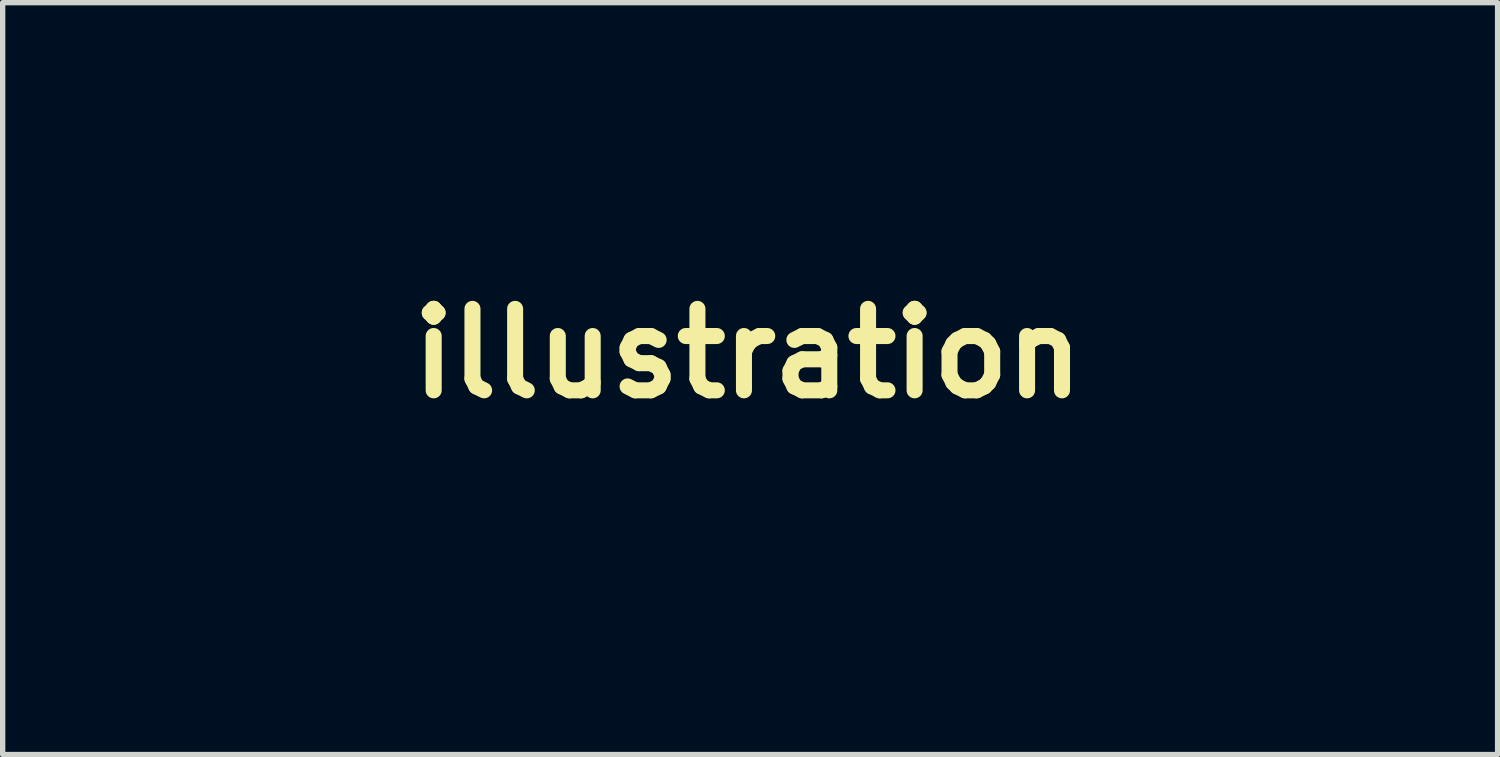
<source format=kicad_pcb>
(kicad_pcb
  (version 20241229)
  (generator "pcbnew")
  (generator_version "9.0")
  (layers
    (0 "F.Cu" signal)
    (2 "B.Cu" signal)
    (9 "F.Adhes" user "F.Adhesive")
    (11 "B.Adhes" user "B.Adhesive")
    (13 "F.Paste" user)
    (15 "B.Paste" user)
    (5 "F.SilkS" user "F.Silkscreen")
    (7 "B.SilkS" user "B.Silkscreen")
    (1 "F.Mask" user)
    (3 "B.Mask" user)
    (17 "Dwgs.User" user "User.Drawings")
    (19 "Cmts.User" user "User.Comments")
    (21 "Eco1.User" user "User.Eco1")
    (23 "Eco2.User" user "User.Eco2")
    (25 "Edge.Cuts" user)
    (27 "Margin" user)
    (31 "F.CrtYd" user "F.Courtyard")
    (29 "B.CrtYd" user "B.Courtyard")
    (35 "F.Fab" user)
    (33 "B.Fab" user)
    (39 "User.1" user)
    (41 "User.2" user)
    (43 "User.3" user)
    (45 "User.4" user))
  (footprint "illustration"
    (layer "F.Cu")
    (at 10.943 3.564)
    (property "Reference" "illustration" (at 0 0 0) (layer "F.SilkS") (effects (font (size 1.524 1.524) (thickness 0.3))))
    (attr through_hole)
    (fp_poly (pts (xy -6.973 -1.301) (xy -6.989 -1.278) (xy -7.04 -1.274) (xy -7.094 -1.286) (xy -7.071 -1.305) (xy -6.991 -1.311) (xy -6.973 -1.301)) (stroke (width 0.01) (type solid)) (fill no) (layer "Eco2.User"))
    (fp_poly (pts (xy -6.775 -1.746) (xy -6.756 -1.702) (xy -6.799 -1.64) (xy -6.858 -1.626) (xy -6.941 -1.657) (xy -6.96 -1.702) (xy -6.917 -1.764) (xy -6.858 -1.778) (xy -6.775 -1.746)) (stroke (width 0.01) (type solid)) (fill no) (layer "Eco2.User"))
    (fp_poly (pts (xy -6.758 -1.943) (xy -6.756 -1.93) (xy -6.795 -1.881) (xy -6.807 -1.88) (xy -6.857 -1.918) (xy -6.858 -1.93) (xy -6.819 -1.98) (xy -6.807 -1.981) (xy -6.758 -1.943)) (stroke (width 0.01) (type solid)) (fill no) (layer "Eco2.User"))
    (fp_poly (pts (xy -4.263 0.982) (xy -4.217 1.034) (xy -4.216 1.041) (xy -4.255 1.098) (xy -4.378 1.117) (xy -4.394 1.118) (xy -4.526 1.101) (xy -4.572 1.048) (xy -4.572 1.041) (xy -4.533 0.985) (xy -4.41 0.965) (xy -4.394 0.965) (xy -4.263 0.982)) (stroke (width 0.01) (type solid)) (fill no) (layer "Eco2.User"))
    (fp_poly (pts (xy 4.814 0.978) (xy 4.873 1.019) (xy 4.877 1.041) (xy 4.836 1.097) (xy 4.739 1.116) (xy 4.626 1.097) (xy 4.534 1.042) (xy 4.532 1.039) (xy 4.504 0.992) (xy 4.543 0.971) (xy 4.665 0.965) (xy 4.672 0.965) (xy 4.814 0.978)) (stroke (width 0.01) (type solid)) (fill no) (layer "Eco2.User"))
    (fp_poly (pts (xy -6.575 -1.512) (xy -6.576 -1.456) (xy -6.637 -1.386) (xy -6.724 -1.332) (xy -6.778 -1.321) (xy -6.844 -1.363) (xy -6.858 -1.422) (xy -6.833 -1.508) (xy -6.779 -1.516) (xy -6.739 -1.46) (xy -6.705 -1.428) (xy -6.661 -1.472) (xy -6.602 -1.519) (xy -6.575 -1.512)) (stroke (width 0.01) (type solid)) (fill no) (layer "Eco2.User"))
    (fp_poly (pts (xy 5.776 3.448) (xy 5.791 3.531) (xy 5.809 3.626) (xy 5.842 3.658) (xy 5.891 3.696) (xy 5.893 3.708) (xy 5.856 3.754) (xy 5.776 3.754) (xy 5.697 3.717) (xy 5.67 3.679) (xy 5.64 3.541) (xy 5.659 3.439) (xy 5.715 3.404) (xy 5.776 3.448)) (stroke (width 0.01) (type solid)) (fill no) (layer "Eco2.User"))
    (fp_poly (pts (xy -5.458 3.492) (xy -5.435 3.583) (xy -5.471 3.692) (xy -5.508 3.737) (xy -5.597 3.79) (xy -5.7 3.809) (xy -5.776 3.79) (xy -5.791 3.759) (xy -5.75 3.714) (xy -5.715 3.708) (xy -5.654 3.664) (xy -5.639 3.581) (xy -5.615 3.482) (xy -5.537 3.454) (xy -5.458 3.492)) (stroke (width 0.01) (type solid)) (fill no) (layer "Eco2.User"))
    (fp_poly (pts (xy 7.096 0.766) (xy 7.18 0.785) (xy 7.211 0.828) (xy 7.214 0.864) (xy 7.194 0.934) (xy 7.116 0.962) (xy 7.036 0.965) (xy 6.918 0.952) (xy 6.86 0.921) (xy 6.858 0.914) (xy 6.815 0.873) (xy 6.756 0.864) (xy 6.674 0.842) (xy 6.655 0.813) (xy 6.701 0.785) (xy 6.819 0.767) (xy 6.934 0.762) (xy 7.096 0.766)) (stroke (width 0.01) (type solid)) (fill no) (layer "Eco2.User"))
    (fp_poly (pts (xy 5.688 1.536) (xy 5.69 1.597) (xy 5.707 1.694) (xy 5.74 1.727) (xy 5.782 1.77) (xy 5.791 1.829) (xy 5.812 1.911) (xy 5.842 1.93) (xy 5.878 1.975) (xy 5.893 2.081) (xy 5.893 2.083) (xy 5.879 2.201) (xy 5.831 2.23) (xy 5.759 2.196) (xy 5.716 2.126) (xy 5.676 1.996) (xy 5.666 1.943) (xy 5.634 1.812) (xy 5.597 1.735) (xy 5.584 1.727) (xy 5.54 1.694) (xy 5.558 1.616) (xy 5.613 1.542) (xy 5.669 1.499) (xy 5.688 1.536)) (stroke (width 0.01) (type solid)) (fill no) (layer "Eco2.User"))
    (fp_poly (pts (xy 6.051 1.132) (xy 6.096 1.168) (xy 6.096 1.168) (xy 6.139 1.21) (xy 6.198 1.219) (xy 6.28 1.239) (xy 6.299 1.266) (xy 6.345 1.298) (xy 6.463 1.33) (xy 6.579 1.348) (xy 6.743 1.375) (xy 6.829 1.41) (xy 6.857 1.464) (xy 6.858 1.479) (xy 6.819 1.56) (xy 6.756 1.575) (xy 6.674 1.554) (xy 6.655 1.524) (xy 6.611 1.486) (xy 6.528 1.473) (xy 6.432 1.456) (xy 6.401 1.422) (xy 6.356 1.39) (xy 6.244 1.373) (xy 6.205 1.372) (xy 6.021 1.342) (xy 5.901 1.277) (xy 5.81 1.185) (xy 5.809 1.136) (xy 5.901 1.118) (xy 5.944 1.118) (xy 6.051 1.132)) (stroke (width 0.01) (type solid)) (fill no) (layer "Eco2.User"))
    (fp_poly (pts (xy 5.614 0.65) (xy 5.734 0.745) (xy 5.79 0.875) (xy 5.791 0.893) (xy 5.754 0.996) (xy 5.671 1.086) (xy 5.592 1.118) (xy 5.539 1.154) (xy 5.537 1.168) (xy 5.492 1.2) (xy 5.38 1.218) (xy 5.334 1.219) (xy 5.201 1.211) (xy 5.142 1.176) (xy 5.131 1.118) (xy 5.169 1.04) (xy 5.251 1.014) (xy 5.331 1.047) (xy 5.351 1.079) (xy 5.388 1.115) (xy 5.419 1.085) (xy 5.501 1.027) (xy 5.558 1.009) (xy 5.648 0.969) (xy 5.674 0.936) (xy 5.655 0.854) (xy 5.579 0.756) (xy 5.474 0.674) (xy 5.409 0.647) (xy 5.367 0.628) (xy 5.422 0.618) (xy 5.462 0.615) (xy 5.614 0.65)) (stroke (width 0.01) (type solid)) (fill no) (layer "Eco2.User"))
    (fp_poly (pts (xy -5.83 -0.045) (xy -5.695 -0.028) (xy -5.639 -0.003) (xy -5.639 0) (xy -5.595 0.038) (xy -5.51 0.051) (xy -5.384 0.074) (xy -5.315 0.112) (xy -5.293 0.187) (xy -5.344 0.274) (xy -5.445 0.352) (xy -5.574 0.4) (xy -5.636 0.406) (xy -5.744 0.421) (xy -5.791 0.456) (xy -5.791 0.457) (xy -5.83 0.507) (xy -5.842 0.508) (xy -5.891 0.469) (xy -5.893 0.457) (xy -5.937 0.42) (xy -6.034 0.406) (xy -6.176 0.368) (xy -6.248 0.305) (xy -6.324 0.226) (xy -6.374 0.202) (xy -6.456 0.178) (xy -6.198 0.178) (xy -6.18 0.273) (xy -6.147 0.305) (xy -6.109 0.261) (xy -6.096 0.178) (xy -6.113 0.082) (xy -6.147 0.051) (xy -6.185 0.094) (xy -6.198 0.178) (xy -6.456 0.178) (xy -6.46 0.177) (xy -6.498 0.156) (xy -6.542 0.11) (xy -6.507 0.049) (xy -6.489 0.03) (xy -6.409 -0.016) (xy -6.27 -0.042) (xy -6.052 -0.051) (xy -6.023 -0.051) (xy -5.83 -0.045)) (stroke (width 0.01) (type solid)) (fill no) (layer "Eco2.User"))
    (fp_poly (pts (xy 5.145 -1.416) (xy 5.279 -1.399) (xy 5.334 -1.374) (xy 5.334 -1.372) (xy 5.379 -1.338) (xy 5.488 -1.321) (xy 5.512 -1.321) (xy 5.629 -1.309) (xy 5.688 -1.281) (xy 5.69 -1.275) (xy 5.736 -1.246) (xy 5.855 -1.215) (xy 5.994 -1.194) (xy 6.155 -1.168) (xy 6.265 -1.137) (xy 6.299 -1.113) (xy 6.344 -1.082) (xy 6.454 -1.067) (xy 6.477 -1.067) (xy 6.595 -1.054) (xy 6.653 -1.023) (xy 6.655 -1.016) (xy 6.609 -0.986) (xy 6.495 -0.968) (xy 6.426 -0.965) (xy 6.29 -0.975) (xy 6.208 -1.001) (xy 6.198 -1.016) (xy 6.154 -1.052) (xy 6.049 -1.067) (xy 5.938 -1.082) (xy 5.884 -1.117) (xy 5.829 -1.148) (xy 5.701 -1.179) (xy 5.55 -1.201) (xy 5.386 -1.224) (xy 5.271 -1.253) (xy 5.232 -1.277) (xy 5.188 -1.306) (xy 5.077 -1.319) (xy 4.935 -1.32) (xy 4.796 -1.308) (xy 4.693 -1.284) (xy 4.662 -1.261) (xy 4.601 -1.227) (xy 4.447 -1.199) (xy 4.21 -1.18) (xy 4.175 -1.178) (xy 3.972 -1.164) (xy 3.813 -1.144) (xy 3.722 -1.123) (xy 3.708 -1.111) (xy 3.662 -1.089) (xy 3.541 -1.073) (xy 3.378 -1.067) (xy 3.187 -1.076) (xy 3.074 -1.1) (xy 3.047 -1.137) (xy 3.114 -1.183) (xy 3.128 -1.188) (xy 3.209 -1.201) (xy 3.368 -1.211) (xy 3.58 -1.217) (xy 3.789 -1.219) (xy 4.047 -1.223) (xy 4.238 -1.236) (xy 4.347 -1.254) (xy 4.369 -1.27) (xy 4.411 -1.311) (xy 4.47 -1.321) (xy 4.553 -1.342) (xy 4.572 -1.372) (xy 4.619 -1.397) (xy 4.747 -1.415) (xy 4.935 -1.422) (xy 4.953 -1.422) (xy 5.145 -1.416)) (stroke (width 0.01) (type solid)) (fill no) (layer "Eco2.User"))
    (fp_poly (pts (xy 4.1 -0.411) (xy 4.111 -0.289) (xy 4.115 -0.12) (xy 4.109 0.073) (xy 4.088 0.195) (xy 4.042 0.275) (xy 4.005 0.312) (xy 3.901 0.382) (xy 3.824 0.406) (xy 3.726 0.444) (xy 3.638 0.528) (xy 3.607 0.606) (xy 3.643 0.658) (xy 3.658 0.66) (xy 3.691 0.705) (xy 3.708 0.815) (xy 3.708 0.838) (xy 3.715 0.952) (xy 3.753 1.003) (xy 3.852 1.016) (xy 3.912 1.016) (xy 4.045 1.025) (xy 4.103 1.059) (xy 4.115 1.118) (xy 4.091 1.192) (xy 4.002 1.218) (xy 3.962 1.219) (xy 3.855 1.234) (xy 3.81 1.269) (xy 3.81 1.27) (xy 3.782 1.317) (xy 3.713 1.287) (xy 3.67 1.245) (xy 3.616 1.134) (xy 3.607 1.069) (xy 3.586 0.985) (xy 3.556 0.965) (xy 3.522 0.921) (xy 3.506 0.811) (xy 3.505 0.792) (xy 3.488 0.668) (xy 3.448 0.598) (xy 3.442 0.595) (xy 3.426 0.552) (xy 3.501 0.468) (xy 3.505 0.465) (xy 3.614 0.373) (xy 3.694 0.306) (xy 3.797 0.258) (xy 3.833 0.254) (xy 3.898 0.212) (xy 3.912 0.152) (xy 3.895 0.07) (xy 3.872 0.051) (xy 3.815 0.087) (xy 3.759 0.152) (xy 3.668 0.225) (xy 3.519 0.253) (xy 3.469 0.254) (xy 3.336 0.265) (xy 3.259 0.291) (xy 3.251 0.305) (xy 3.21 0.346) (xy 3.114 0.354) (xy 3.003 0.332) (xy 2.917 0.283) (xy 2.856 0.173) (xy 2.845 0.109) (xy 2.823 0.036) (xy 3.435 0.036) (xy 3.505 0.043) (xy 3.577 0.035) (xy 3.569 0.017) (xy 3.465 0.01) (xy 3.442 0.017) (xy 3.435 0.036) (xy 2.823 0.036) (xy 2.817 0.017) (xy 2.782 -0.013) (xy 2.753 -0.049) (xy 2.804 -0.118) (xy 2.886 -0.168) (xy 3.023 -0.195) (xy 3.238 -0.203) (xy 3.248 -0.203) (xy 3.431 -0.197) (xy 3.559 -0.179) (xy 3.607 -0.153) (xy 3.607 -0.152) (xy 3.649 -0.111) (xy 3.708 -0.102) (xy 3.791 -0.08) (xy 3.81 -0.051) (xy 3.853 -0.01) (xy 3.912 0) (xy 3.997 -0.036) (xy 4.013 -0.102) (xy 3.992 -0.184) (xy 3.962 -0.203) (xy 3.914 -0.242) (xy 3.912 -0.258) (xy 3.944 -0.332) (xy 4.014 -0.414) (xy 4.082 -0.457) (xy 4.086 -0.457) (xy 4.1 -0.411)) (stroke (width 0.01) (type solid)) (fill no) (layer "Eco2.User"))
    (fp_poly (pts (xy 3.244 -0.804) (xy 3.336 -0.78) (xy 3.353 -0.762) (xy 3.401 -0.738) (xy 3.534 -0.72) (xy 3.734 -0.712) (xy 3.81 -0.711) (xy 4.029 -0.706) (xy 4.185 -0.691) (xy 4.262 -0.669) (xy 4.267 -0.66) (xy 4.31 -0.619) (xy 4.365 -0.61) (xy 4.478 -0.575) (xy 4.548 -0.525) (xy 4.619 -0.47) (xy 4.668 -0.494) (xy 4.682 -0.512) (xy 4.73 -0.556) (xy 4.758 -0.521) (xy 4.813 -0.469) (xy 4.886 -0.461) (xy 4.927 -0.501) (xy 4.928 -0.508) (xy 4.97 -0.55) (xy 5.027 -0.559) (xy 5.129 -0.593) (xy 5.244 -0.677) (xy 5.253 -0.686) (xy 5.366 -0.773) (xy 5.466 -0.812) (xy 5.528 -0.794) (xy 5.537 -0.762) (xy 5.581 -0.723) (xy 5.66 -0.711) (xy 5.766 -0.688) (xy 5.812 -0.648) (xy 5.846 -0.61) (xy 5.872 -0.648) (xy 5.937 -0.699) (xy 6.031 -0.708) (xy 6.099 -0.672) (xy 6.104 -0.661) (xy 6.16 -0.634) (xy 6.289 -0.609) (xy 6.466 -0.591) (xy 6.475 -0.59) (xy 6.654 -0.572) (xy 6.787 -0.545) (xy 6.847 -0.514) (xy 6.848 -0.513) (xy 6.906 -0.473) (xy 7.015 -0.457) (xy 7.124 -0.44) (xy 7.162 -0.378) (xy 7.163 -0.356) (xy 7.127 -0.271) (xy 7.061 -0.254) (xy 6.979 -0.275) (xy 6.96 -0.305) (xy 6.915 -0.337) (xy 6.802 -0.354) (xy 6.756 -0.356) (xy 6.629 -0.344) (xy 6.558 -0.316) (xy 6.553 -0.305) (xy 6.592 -0.255) (xy 6.604 -0.254) (xy 6.649 -0.213) (xy 6.655 -0.178) (xy 6.627 -0.11) (xy 6.604 -0.102) (xy 6.555 -0.062) (xy 6.553 -0.047) (xy 6.528 0.04) (xy 6.445 0.1) (xy 6.29 0.136) (xy 6.053 0.151) (xy 5.922 0.152) (xy 5.688 0.149) (xy 5.54 0.139) (xy 5.461 0.118) (xy 5.436 0.085) (xy 5.436 0.08) (xy 5.398 0.002) (xy 5.373 -0.013) (xy 5.339 -0.052) (xy 5.377 -0.102) (xy 6.299 -0.102) (xy 6.331 -0.019) (xy 6.375 0) (xy 6.437 -0.042) (xy 6.452 -0.102) (xy 6.42 -0.184) (xy 6.375 -0.203) (xy 6.313 -0.161) (xy 6.299 -0.102) (xy 5.377 -0.102) (xy 5.382 -0.108) (xy 5.482 -0.167) (xy 5.619 -0.214) (xy 5.68 -0.227) (xy 5.81 -0.259) (xy 5.886 -0.296) (xy 5.893 -0.309) (xy 5.935 -0.347) (xy 5.994 -0.356) (xy 6.077 -0.377) (xy 6.096 -0.406) (xy 6.054 -0.448) (xy 5.999 -0.457) (xy 5.903 -0.486) (xy 5.872 -0.521) (xy 5.838 -0.558) (xy 5.812 -0.521) (xy 5.742 -0.462) (xy 5.715 -0.457) (xy 5.634 -0.497) (xy 5.618 -0.521) (xy 5.584 -0.558) (xy 5.558 -0.521) (xy 5.488 -0.466) (xy 5.436 -0.457) (xy 5.342 -0.488) (xy 5.313 -0.521) (xy 5.279 -0.558) (xy 5.254 -0.521) (xy 5.184 -0.467) (xy 5.127 -0.457) (xy 5.046 -0.435) (xy 5.029 -0.406) (xy 4.983 -0.379) (xy 4.865 -0.36) (xy 4.75 -0.356) (xy 4.597 -0.364) (xy 4.495 -0.385) (xy 4.47 -0.406) (xy 4.428 -0.448) (xy 4.369 -0.457) (xy 4.286 -0.489) (xy 4.267 -0.533) (xy 4.253 -0.564) (xy 4.201 -0.586) (xy 4.095 -0.599) (xy 3.923 -0.607) (xy 3.669 -0.609) (xy 3.556 -0.61) (xy 3.275 -0.61) (xy 3.079 -0.614) (xy 2.954 -0.623) (xy 2.884 -0.64) (xy 2.853 -0.666) (xy 2.845 -0.704) (xy 2.845 -0.711) (xy 2.858 -0.772) (xy 2.915 -0.803) (xy 3.04 -0.812) (xy 3.099 -0.813) (xy 3.244 -0.804)) (stroke (width 0.01) (type solid)) (fill no) (layer "Eco2.User"))
    (fp_poly (pts (xy 5.242 -3.141) (xy 5.324 -3.119) (xy 5.334 -3.106) (xy 5.38 -3.081) (xy 5.503 -3.054) (xy 5.677 -3.031) (xy 5.702 -3.029) (xy 5.884 -3.006) (xy 6.021 -2.977) (xy 6.086 -2.948) (xy 6.088 -2.945) (xy 6.144 -2.915) (xy 6.266 -2.898) (xy 6.329 -2.896) (xy 6.464 -2.885) (xy 6.544 -2.859) (xy 6.553 -2.845) (xy 6.595 -2.8) (xy 6.633 -2.794) (xy 6.738 -2.762) (xy 6.784 -2.731) (xy 6.916 -2.617) (xy 7.002 -2.559) (xy 7.066 -2.54) (xy 7.079 -2.54) (xy 7.159 -2.499) (xy 7.181 -2.464) (xy 7.251 -2.396) (xy 7.293 -2.388) (xy 7.378 -2.353) (xy 7.488 -2.266) (xy 7.518 -2.235) (xy 7.627 -2.138) (xy 7.723 -2.086) (xy 7.742 -2.083) (xy 7.808 -2.04) (xy 7.823 -1.96) (xy 7.847 -1.856) (xy 7.887 -1.812) (xy 7.924 -1.789) (xy 7.887 -1.782) (xy 7.841 -1.734) (xy 7.823 -1.626) (xy 7.808 -1.519) (xy 7.773 -1.473) (xy 7.772 -1.473) (xy 7.724 -1.434) (xy 7.722 -1.416) (xy 7.686 -1.343) (xy 7.612 -1.263) (xy 7.553 -1.197) (xy 7.56 -1.168) (xy 7.561 -1.168) (xy 7.6 -1.121) (xy 7.619 -0.994) (xy 7.62 -0.94) (xy 7.63 -0.803) (xy 7.656 -0.722) (xy 7.671 -0.711) (xy 7.716 -0.67) (xy 7.722 -0.635) (xy 7.749 -0.567) (xy 7.772 -0.559) (xy 7.814 -0.516) (xy 7.823 -0.457) (xy 7.842 -0.375) (xy 7.868 -0.356) (xy 7.913 -0.313) (xy 7.946 -0.229) (xy 7.986 -0.133) (xy 8.027 -0.102) (xy 8.065 -0.058) (xy 8.077 0.025) (xy 8.095 0.121) (xy 8.128 0.152) (xy 8.166 0.196) (xy 8.179 0.279) (xy 8.196 0.375) (xy 8.23 0.406) (xy 8.254 0.454) (xy 8.271 0.587) (xy 8.28 0.788) (xy 8.28 0.864) (xy 8.286 1.083) (xy 8.3 1.239) (xy 8.323 1.316) (xy 8.331 1.321) (xy 8.369 1.364) (xy 8.382 1.448) (xy 8.399 1.543) (xy 8.433 1.575) (xy 8.471 1.618) (xy 8.484 1.702) (xy 8.501 1.797) (xy 8.534 1.829) (xy 8.566 1.874) (xy 8.584 1.986) (xy 8.585 2.032) (xy 8.596 2.159) (xy 8.625 2.23) (xy 8.636 2.235) (xy 8.678 2.278) (xy 8.687 2.333) (xy 8.721 2.45) (xy 8.763 2.507) (xy 8.827 2.619) (xy 8.839 2.689) (xy 8.857 2.773) (xy 8.882 2.794) (xy 8.967 2.832) (xy 9.062 2.919) (xy 9.131 3.018) (xy 9.144 3.063) (xy 9.186 3.141) (xy 9.246 3.175) (xy 9.328 3.221) (xy 9.347 3.255) (xy 9.388 3.297) (xy 9.423 3.302) (xy 9.491 3.329) (xy 9.5 3.352) (xy 9.543 3.399) (xy 9.639 3.436) (xy 9.775 3.496) (xy 9.861 3.564) (xy 9.957 3.637) (xy 10.026 3.658) (xy 10.098 3.681) (xy 10.109 3.705) (xy 10.155 3.736) (xy 10.273 3.768) (xy 10.389 3.787) (xy 10.541 3.813) (xy 10.643 3.845) (xy 10.668 3.867) (xy 10.709 3.907) (xy 10.744 3.912) (xy 10.833 3.942) (xy 10.936 4.012) (xy 11.01 4.09) (xy 11.024 4.126) (xy 10.982 4.161) (xy 10.947 4.166) (xy 10.88 4.139) (xy 10.871 4.117) (xy 10.826 4.083) (xy 10.709 4.049) (xy 10.617 4.034) (xy 10.473 4.007) (xy 10.381 3.974) (xy 10.363 3.956) (xy 10.32 3.923) (xy 10.236 3.912) (xy 10.141 3.894) (xy 10.109 3.861) (xy 10.062 3.835) (xy 9.934 3.817) (xy 9.746 3.81) (xy 9.728 3.81) (xy 9.527 3.806) (xy 9.409 3.792) (xy 9.356 3.763) (xy 9.347 3.734) (xy 9.388 3.666) (xy 9.423 3.658) (xy 9.491 3.629) (xy 9.481 3.559) (xy 9.429 3.501) (xy 9.346 3.429) (xy 9.23 3.329) (xy 9.206 3.308) (xy 9.077 3.2) (xy 8.96 3.11) (xy 8.946 3.1) (xy 8.864 3.012) (xy 8.839 2.941) (xy 8.8 2.851) (xy 8.763 2.826) (xy 8.7 2.758) (xy 8.687 2.694) (xy 8.666 2.611) (xy 8.636 2.591) (xy 8.591 2.55) (xy 8.585 2.515) (xy 8.558 2.447) (xy 8.534 2.438) (xy 8.493 2.396) (xy 8.484 2.337) (xy 8.462 2.254) (xy 8.433 2.235) (xy 8.401 2.19) (xy 8.383 2.078) (xy 8.382 2.032) (xy 8.371 1.905) (xy 8.343 1.834) (xy 8.331 1.829) (xy 8.293 1.785) (xy 8.28 1.702) (xy 8.263 1.606) (xy 8.23 1.575) (xy 8.206 1.527) (xy 8.188 1.393) (xy 8.18 1.188) (xy 8.179 1.092) (xy 8.174 0.865) (xy 8.16 0.701) (xy 8.138 0.617) (xy 8.128 0.61) (xy 8.094 0.565) (xy 8.078 0.455) (xy 8.077 0.432) (xy 8.064 0.314) (xy 8.033 0.256) (xy 8.026 0.254) (xy 7.988 0.211) (xy 7.976 0.131) (xy 7.945 0.002) (xy 7.899 -0.069) (xy 7.837 -0.155) (xy 7.823 -0.2) (xy 7.787 -0.252) (xy 7.772 -0.254) (xy 7.731 -0.297) (xy 7.722 -0.356) (xy 7.7 -0.438) (xy 7.671 -0.457) (xy 7.626 -0.498) (xy 7.62 -0.533) (xy 7.593 -0.601) (xy 7.569 -0.61) (xy 7.531 -0.653) (xy 7.518 -0.737) (xy 7.501 -0.832) (xy 7.468 -0.864) (xy 7.434 -0.908) (xy 7.417 -1.018) (xy 7.417 -1.041) (xy 7.404 -1.159) (xy 7.373 -1.218) (xy 7.366 -1.219) (xy 7.332 -1.264) (xy 7.316 -1.374) (xy 7.315 -1.397) (xy 7.299 -1.529) (xy 7.246 -1.574) (xy 7.239 -1.575) (xy 7.171 -1.602) (xy 7.163 -1.626) (xy 7.121 -1.67) (xy 7.083 -1.676) (xy 6.983 -1.71) (xy 6.927 -1.753) (xy 6.819 -1.816) (xy 6.753 -1.829) (xy 6.672 -1.851) (xy 6.655 -1.88) (xy 7.518 -1.88) (xy 7.557 -1.83) (xy 7.569 -1.829) (xy 7.619 -1.867) (xy 7.62 -1.88) (xy 7.581 -1.929) (xy 7.569 -1.93) (xy 7.52 -1.892) (xy 7.518 -1.88) (xy 6.655 -1.88) (xy 6.612 -1.922) (xy 6.559 -1.93) (xy 6.464 -1.966) (xy 6.433 -2.007) (xy 6.364 -2.069) (xy 6.301 -2.083) (xy 6.217 -2.104) (xy 6.198 -2.134) (xy 6.153 -2.165) (xy 6.04 -2.183) (xy 5.994 -2.184) (xy 5.867 -2.174) (xy 5.796 -2.148) (xy 5.791 -2.137) (xy 5.749 -2.087) (xy 5.679 -2.054) (xy 5.566 -1.999) (xy 5.472 -1.925) (xy 5.436 -1.863) (xy 5.483 -1.849) (xy 5.609 -1.831) (xy 5.793 -1.812) (xy 5.918 -1.802) (xy 6.151 -1.779) (xy 6.309 -1.751) (xy 6.387 -1.724) (xy 6.38 -1.7) (xy 6.283 -1.683) (xy 6.096 -1.676) (xy 5.934 -1.684) (xy 5.824 -1.704) (xy 5.791 -1.727) (xy 5.743 -1.75) (xy 5.606 -1.767) (xy 5.393 -1.776) (xy 5.232 -1.778) (xy 4.98 -1.774) (xy 4.796 -1.761) (xy 4.692 -1.742) (xy 4.674 -1.727) (xy 4.629 -1.692) (xy 4.523 -1.676) (xy 4.521 -1.676) (xy 4.414 -1.662) (xy 4.369 -1.626) (xy 4.369 -1.626) (xy 4.32 -1.604) (xy 4.178 -1.588) (xy 3.955 -1.578) (xy 3.658 -1.575) (xy 3.658 -1.575) (xy 3.361 -1.578) (xy 3.137 -1.588) (xy 2.996 -1.604) (xy 2.946 -1.626) (xy 2.946 -1.626) (xy 2.989 -1.667) (xy 3.048 -1.676) (xy 3.131 -1.698) (xy 3.15 -1.727) (xy 3.193 -1.765) (xy 3.277 -1.778) (xy 3.372 -1.761) (xy 3.404 -1.727) (xy 3.45 -1.702) (xy 3.569 -1.685) (xy 3.732 -1.677) (xy 3.913 -1.677) (xy 4.083 -1.686) (xy 4.213 -1.703) (xy 4.276 -1.728) (xy 4.277 -1.731) (xy 4.334 -1.759) (xy 4.474 -1.784) (xy 4.68 -1.806) (xy 4.815 -1.815) (xy 5.03 -1.829) (xy 5.202 -1.845) (xy 5.309 -1.859) (xy 5.334 -1.868) (xy 5.3 -1.916) (xy 5.222 -1.991) (xy 5.118 -2.054) (xy 4.989 -2.065) (xy 4.904 -2.054) (xy 4.767 -2.02) (xy 4.677 -1.979) (xy 4.666 -1.967) (xy 4.608 -1.953) (xy 4.548 -1.998) (xy 4.447 -2.073) (xy 4.384 -2.065) (xy 4.369 -2.007) (xy 4.329 -1.951) (xy 4.239 -1.931) (xy 4.146 -1.948) (xy 4.1 -1.994) (xy 4.058 -2.014) (xy 3.976 -1.943) (xy 3.882 -1.875) (xy 3.766 -1.835) (xy 3.664 -1.83) (xy 3.609 -1.865) (xy 3.607 -1.88) (xy 3.56 -1.907) (xy 3.439 -1.925) (xy 3.298 -1.93) (xy 3.075 -1.916) (xy 2.936 -1.865) (xy 2.864 -1.769) (xy 2.845 -1.629) (xy 2.83 -1.521) (xy 2.796 -1.473) (xy 2.794 -1.473) (xy 2.772 -1.424) (xy 2.756 -1.285) (xy 2.746 -1.066) (xy 2.743 -0.838) (xy 2.74 -0.592) (xy 2.73 -0.392) (xy 2.715 -0.256) (xy 2.697 -0.203) (xy 2.696 -0.203) (xy 2.665 -0.157) (xy 2.633 -0.039) (xy 2.614 0.076) (xy 2.588 0.229) (xy 2.556 0.33) (xy 2.534 0.356) (xy 2.506 0.4) (xy 2.492 0.508) (xy 2.492 0.645) (xy 2.505 0.774) (xy 2.53 0.859) (xy 2.545 0.874) (xy 2.583 0.931) (xy 2.616 1.055) (xy 2.628 1.132) (xy 2.649 1.277) (xy 2.683 1.348) (xy 2.749 1.37) (xy 2.797 1.372) (xy 2.93 1.345) (xy 3.015 1.295) (xy 3.105 1.244) (xy 3.217 1.221) (xy 3.313 1.229) (xy 3.353 1.271) (xy 3.309 1.317) (xy 3.203 1.353) (xy 3.2 1.354) (xy 3.094 1.388) (xy 3.048 1.428) (xy 3.048 1.429) (xy 3.005 1.465) (xy 2.946 1.473) (xy 2.86 1.501) (xy 2.858 1.574) (xy 2.917 1.655) (xy 3.008 1.712) (xy 3.098 1.725) (xy 3.148 1.691) (xy 3.15 1.677) (xy 3.193 1.629) (xy 3.277 1.596) (xy 3.372 1.556) (xy 3.404 1.518) (xy 3.445 1.483) (xy 3.54 1.474) (xy 3.644 1.489) (xy 3.714 1.525) (xy 3.721 1.537) (xy 3.758 1.562) (xy 3.855 1.58) (xy 4.023 1.592) (xy 4.272 1.598) (xy 4.589 1.6) (xy 4.918 1.602) (xy 5.157 1.608) (xy 5.316 1.62) (xy 5.405 1.637) (xy 5.435 1.661) (xy 5.436 1.664) (xy 5.393 1.715) (xy 5.334 1.727) (xy 5.251 1.748) (xy 5.232 1.778) (xy 5.184 1.8) (xy 5.045 1.817) (xy 4.828 1.827) (xy 4.623 1.829) (xy 4.355 1.825) (xy 4.157 1.813) (xy 4.04 1.795) (xy 4.013 1.778) (xy 3.968 1.746) (xy 3.856 1.728) (xy 3.81 1.727) (xy 3.683 1.716) (xy 3.612 1.688) (xy 3.607 1.676) (xy 3.572 1.629) (xy 3.495 1.63) (xy 3.415 1.673) (xy 3.378 1.727) (xy 3.333 1.809) (xy 3.299 1.829) (xy 3.253 1.868) (xy 3.251 1.88) (xy 3.292 1.926) (xy 3.322 1.93) (xy 3.396 1.962) (xy 3.502 2.039) (xy 3.611 2.134) (xy 3.689 2.219) (xy 3.708 2.259) (xy 3.748 2.333) (xy 3.837 2.405) (xy 3.928 2.438) (xy 3.929 2.438) (xy 4.008 2.469) (xy 4.023 2.492) (xy 4.08 2.532) (xy 4.201 2.566) (xy 4.256 2.575) (xy 4.387 2.602) (xy 4.463 2.636) (xy 4.47 2.648) (xy 4.516 2.675) (xy 4.631 2.69) (xy 4.699 2.692) (xy 4.835 2.702) (xy 4.917 2.726) (xy 4.928 2.74) (xy 4.97 2.791) (xy 5.029 2.819) (xy 5.115 2.87) (xy 5.119 2.921) (xy 5.04 2.946) (xy 5.035 2.946) (xy 4.935 2.991) (xy 4.883 3.119) (xy 4.877 3.205) (xy 4.855 3.285) (xy 4.826 3.302) (xy 4.781 3.343) (xy 4.775 3.378) (xy 4.748 3.446) (xy 4.724 3.454) (xy 4.682 3.496) (xy 4.674 3.545) (xy 4.635 3.641) (xy 4.566 3.71) (xy 4.455 3.794) (xy 4.392 3.848) (xy 4.287 3.902) (xy 4.22 3.912) (xy 4.135 3.93) (xy 4.115 3.957) (xy 4.068 3.981) (xy 3.946 4.004) (xy 3.772 4.021) (xy 3.75 4.022) (xy 3.545 4.042) (xy 3.41 4.073) (xy 3.365 4.104) (xy 3.303 4.16) (xy 3.27 4.166) (xy 3.186 4.199) (xy 3.08 4.281) (xy 3.069 4.293) (xy 2.91 4.396) (xy 2.789 4.42) (xy 2.637 4.42) (xy 2.764 4.293) (xy 2.864 4.207) (xy 2.941 4.166) (xy 2.948 4.166) (xy 3.027 4.133) (xy 3.081 4.089) (xy 3.189 4.026) (xy 3.255 4.013) (xy 3.335 3.991) (xy 3.353 3.962) (xy 3.396 3.924) (xy 3.48 3.912) (xy 3.575 3.894) (xy 3.607 3.861) (xy 3.653 3.834) (xy 3.776 3.816) (xy 3.929 3.81) (xy 4.183 3.787) (xy 4.361 3.719) (xy 4.456 3.611) (xy 4.47 3.537) (xy 4.496 3.466) (xy 4.521 3.454) (xy 4.566 3.413) (xy 4.572 3.378) (xy 4.599 3.311) (xy 4.623 3.302) (xy 4.668 3.261) (xy 4.674 3.226) (xy 4.701 3.158) (xy 4.724 3.15) (xy 4.761 3.106) (xy 4.775 3.003) (xy 4.745 2.875) (xy 4.65 2.814) (xy 4.48 2.817) (xy 4.446 2.823) (xy 4.288 2.823) (xy 4.202 2.773) (xy 4.102 2.707) (xy 4.04 2.692) (xy 3.972 2.681) (xy 3.893 2.634) (xy 3.775 2.537) (xy 3.736 2.502) (xy 3.634 2.447) (xy 3.585 2.438) (xy 3.515 2.4) (xy 3.505 2.364) (xy 3.469 2.276) (xy 3.38 2.164) (xy 3.269 2.058) (xy 3.168 1.991) (xy 3.131 1.981) (xy 3.058 1.948) (xy 2.941 1.863) (xy 2.825 1.76) (xy 2.684 1.614) (xy 2.612 1.498) (xy 2.591 1.384) (xy 2.591 1.379) (xy 2.577 1.269) (xy 2.543 1.219) (xy 2.54 1.219) (xy 2.499 1.177) (xy 2.489 1.118) (xy 2.468 1.035) (xy 2.438 1.016) (xy 2.413 0.969) (xy 2.395 0.841) (xy 2.388 0.653) (xy 2.388 0.635) (xy 2.394 0.443) (xy 2.411 0.309) (xy 2.436 0.254) (xy 2.438 0.254) (xy 2.469 0.209) (xy 2.487 0.094) (xy 2.489 0.025) (xy 2.499 -0.111) (xy 2.525 -0.193) (xy 2.54 -0.203) (xy 2.563 -0.252) (xy 2.58 -0.389) (xy 2.589 -0.601) (xy 2.591 -0.762) (xy 2.589 -1.011) (xy 2.581 -1.174) (xy 2.566 -1.269) (xy 2.54 -1.312) (xy 2.511 -1.321) (xy 2.407 -1.358) (xy 2.318 -1.441) (xy 2.286 -1.52) (xy 2.249 -1.573) (xy 2.235 -1.575) (xy 2.202 -1.619) (xy 2.185 -1.729) (xy 2.184 -1.753) (xy 2.172 -1.87) (xy 2.14 -1.929) (xy 2.134 -1.93) (xy 2.085 -1.962) (xy 2.099 -2.036) (xy 2.165 -2.119) (xy 2.184 -2.134) (xy 2.264 -2.226) (xy 2.286 -2.3) (xy 2.327 -2.411) (xy 2.426 -2.528) (xy 2.547 -2.616) (xy 2.636 -2.642) (xy 2.723 -2.667) (xy 4.115 -2.667) (xy 4.14 -2.642) (xy 4.166 -2.667) (xy 4.14 -2.692) (xy 4.115 -2.667) (xy 2.723 -2.667) (xy 2.754 -2.676) (xy 2.812 -2.718) (xy 5.994 -2.718) (xy 6.031 -2.662) (xy 6.15 -2.648) (xy 6.16 -2.649) (xy 6.253 -2.656) (xy 6.248 -2.669) (xy 6.21 -2.677) (xy 6.121 -2.712) (xy 6.096 -2.747) (xy 6.057 -2.793) (xy 6.045 -2.794) (xy 6 -2.753) (xy 5.994 -2.718) (xy 2.812 -2.718) (xy 2.812 -2.718) (xy 2.911 -2.781) (xy 2.968 -2.794) (xy 3.038 -2.82) (xy 3.048 -2.845) (xy 3.093 -2.879) (xy 3.202 -2.895) (xy 3.222 -2.896) (xy 3.343 -2.91) (xy 3.411 -2.945) (xy 3.414 -2.951) (xy 3.471 -2.976) (xy 3.622 -2.999) (xy 3.855 -3.019) (xy 4.154 -3.034) (xy 4.412 -3.048) (xy 4.629 -3.064) (xy 4.788 -3.082) (xy 4.87 -3.1) (xy 4.877 -3.106) (xy 4.922 -3.132) (xy 5.037 -3.148) (xy 5.105 -3.15) (xy 5.242 -3.141)) (stroke (width 0.01) (type solid)) (fill no) (layer "Eco2.User"))
    (fp_poly (pts (xy -5.658 -3.556) (xy -5.446 -3.547) (xy -5.268 -3.533) (xy -5.148 -3.512) (xy -5.11 -3.493) (xy -5.076 -3.455) (xy -5.05 -3.493) (xy -5.014 -3.515) (xy -4.92 -3.532) (xy -4.761 -3.544) (xy -4.526 -3.551) (xy -4.206 -3.555) (xy -3.929 -3.556) (xy -3.542 -3.555) (xy -3.245 -3.55) (xy -3.026 -3.538) (xy -2.874 -3.519) (xy -2.776 -3.49) (xy -2.721 -3.448) (xy -2.697 -3.391) (xy -2.692 -3.331) (xy -2.666 -3.261) (xy -2.642 -3.251) (xy -2.611 -3.206) (xy -2.593 -3.091) (xy -2.591 -3.023) (xy -2.581 -2.886) (xy -2.555 -2.804) (xy -2.54 -2.794) (xy -2.509 -2.749) (xy -2.491 -2.635) (xy -2.489 -2.577) (xy -2.471 -2.408) (xy -2.411 -2.305) (xy -2.388 -2.286) (xy -2.315 -2.195) (xy -2.287 -2.045) (xy -2.286 -1.995) (xy -2.275 -1.863) (xy -2.249 -1.786) (xy -2.235 -1.778) (xy -2.214 -1.729) (xy -2.198 -1.588) (xy -2.188 -1.366) (xy -2.184 -1.092) (xy -2.183 -0.811) (xy -2.177 -0.617) (xy -2.165 -0.495) (xy -2.146 -0.43) (xy -2.117 -0.407) (xy -2.108 -0.406) (xy -2.041 -0.376) (xy -2.032 -0.351) (xy -1.998 -0.283) (xy -1.912 -0.184) (xy -1.88 -0.152) (xy -1.782 -0.038) (xy -1.73 0.07) (xy -1.727 0.092) (xy -1.699 0.19) (xy -1.664 0.224) (xy -1.626 0.258) (xy -1.664 0.284) (xy -1.71 0.351) (xy -1.727 0.458) (xy -1.757 0.585) (xy -1.829 0.635) (xy -1.91 0.702) (xy -1.93 0.816) (xy -1.945 0.922) (xy -1.981 0.965) (xy -2.008 1.011) (xy -2.027 1.132) (xy -2.032 1.27) (xy -2.041 1.447) (xy -2.064 1.553) (xy -2.087 1.575) (xy -2.15 1.609) (xy -2.254 1.697) (xy -2.337 1.778) (xy -2.459 1.891) (xy -2.565 1.965) (xy -2.612 1.981) (xy -2.682 2.007) (xy -2.692 2.032) (xy -2.736 2.071) (xy -2.812 2.083) (xy -2.935 2.115) (xy -3.056 2.193) (xy -3.136 2.288) (xy -3.15 2.337) (xy -3.192 2.43) (xy -3.296 2.52) (xy -3.422 2.581) (xy -3.488 2.591) (xy -3.579 2.609) (xy -3.607 2.642) (xy -3.649 2.683) (xy -3.708 2.692) (xy -3.791 2.714) (xy -3.81 2.743) (xy -3.854 2.779) (xy -3.961 2.794) (xy -3.962 2.794) (xy -4.069 2.809) (xy -4.115 2.844) (xy -4.115 2.845) (xy -4.158 2.886) (xy -4.22 2.896) (xy -4.343 2.93) (xy -4.398 2.968) (xy -4.451 3.057) (xy -4.469 3.16) (xy -4.45 3.236) (xy -4.42 3.251) (xy -4.378 3.293) (xy -4.369 3.347) (xy -4.323 3.437) (xy -4.242 3.475) (xy -4.137 3.538) (xy -4.115 3.608) (xy -4.096 3.675) (xy -4.023 3.704) (xy -3.923 3.708) (xy -3.753 3.735) (xy -3.658 3.81) (xy -3.536 3.895) (xy -3.405 3.919) (xy -3.307 3.927) (xy -3.31 3.941) (xy -3.34 3.947) (xy -3.426 3.991) (xy -3.454 4.095) (xy -3.454 4.118) (xy -3.471 4.224) (xy -3.512 4.267) (xy -3.584 4.302) (xy -3.669 4.381) (xy -3.708 4.422) (xy -3.755 4.452) (xy -3.826 4.472) (xy -3.935 4.486) (xy -4.098 4.493) (xy -4.331 4.497) (xy -4.647 4.499) (xy -4.69 4.499) (xy -5.073 4.499) (xy -5.501 4.497) (xy -5.933 4.493) (xy -6.324 4.488) (xy -6.464 4.485) (xy -6.776 4.476) (xy -7.028 4.463) (xy -7.207 4.447) (xy -7.303 4.428) (xy -7.315 4.418) (xy -7.361 4.391) (xy -7.48 4.373) (xy -7.595 4.369) (xy -7.748 4.36) (xy -7.849 4.339) (xy -7.874 4.318) (xy -7.918 4.282) (xy -8.025 4.267) (xy -8.026 4.267) (xy -8.133 4.252) (xy -8.179 4.217) (xy -8.179 4.216) (xy -8.227 4.192) (xy -8.358 4.174) (xy -8.555 4.166) (xy -8.611 4.166) (xy -8.821 4.16) (xy -8.97 4.145) (xy -9.039 4.121) (xy -9.042 4.115) (xy -9.087 4.081) (xy -9.196 4.064) (xy -9.216 4.064) (xy -9.339 4.047) (xy -9.408 4.006) (xy -9.411 4) (xy -9.447 3.975) (xy -9.545 3.957) (xy -9.714 3.946) (xy -9.965 3.94) (xy -10.241 3.94) (xy -10.504 3.94) (xy -10.717 3.938) (xy -10.867 3.934) (xy -10.938 3.928) (xy -10.935 3.924) (xy -10.845 3.891) (xy -10.82 3.857) (xy -10.776 3.826) (xy -10.666 3.81) (xy -10.643 3.81) (xy -10.525 3.797) (xy -10.466 3.766) (xy -10.465 3.759) (xy -10.422 3.718) (xy -10.363 3.708) (xy -10.304 3.679) (xy -9.804 3.679) (xy -9.76 3.7) (xy -9.654 3.708) (xy -9.652 3.708) (xy -9.539 3.725) (xy -9.5 3.786) (xy -9.5 3.804) (xy -9.462 3.879) (xy -9.344 3.929) (xy -9.138 3.956) (xy -8.909 3.962) (xy -8.758 3.971) (xy -8.659 3.993) (xy -8.636 4.013) (xy -8.589 4.039) (xy -8.461 4.057) (xy -8.273 4.064) (xy -8.255 4.064) (xy -8.063 4.07) (xy -7.929 4.087) (xy -7.874 4.112) (xy -7.874 4.115) (xy -7.831 4.153) (xy -7.747 4.166) (xy -7.652 4.183) (xy -7.62 4.216) (xy -7.571 4.238) (xy -7.43 4.254) (xy -7.206 4.264) (xy -6.909 4.267) (xy -6.909 4.267) (xy -6.612 4.271) (xy -6.388 4.281) (xy -6.247 4.297) (xy -6.198 4.318) (xy -6.198 4.318) (xy -6.148 4.336) (xy -6.001 4.35) (xy -5.763 4.36) (xy -5.439 4.367) (xy -5.055 4.369) (xy -4.653 4.367) (xy -4.332 4.36) (xy -4.099 4.349) (xy -3.957 4.335) (xy -3.912 4.318) (xy -3.87 4.274) (xy -3.832 4.267) (xy -3.717 4.224) (xy -3.629 4.124) (xy -3.607 4.042) (xy -3.634 3.99) (xy -3.728 3.966) (xy -3.831 3.962) (xy -4.038 3.951) (xy -4.16 3.914) (xy -4.212 3.845) (xy -4.216 3.805) (xy -4.24 3.725) (xy -4.271 3.708) (xy -4.357 3.67) (xy -4.439 3.585) (xy -4.47 3.509) (xy -4.507 3.457) (xy -4.521 3.454) (xy -4.557 3.41) (xy -4.572 3.304) (xy -4.572 3.302) (xy -4.587 3.195) (xy -4.622 3.15) (xy -4.623 3.15) (xy -4.656 3.105) (xy -4.673 2.995) (xy -4.674 2.972) (xy -4.665 2.852) (xy -4.622 2.803) (xy -4.521 2.794) (xy -4.414 2.779) (xy -4.369 2.744) (xy -4.369 2.743) (xy -4.324 2.71) (xy -4.214 2.693) (xy -4.191 2.692) (xy -4.073 2.68) (xy -4.015 2.648) (xy -4.013 2.642) (xy -4.06 2.615) (xy -4.183 2.597) (xy -4.343 2.591) (xy -4.516 2.598) (xy -4.634 2.617) (xy -4.674 2.642) (xy -4.719 2.671) (xy -4.838 2.689) (xy -5.003 2.695) (xy -5.186 2.69) (xy -5.36 2.675) (xy -5.496 2.651) (xy -5.566 2.62) (xy -5.606 2.538) (xy -5.63 2.413) (xy -5.436 2.413) (xy -5.427 2.532) (xy -5.384 2.581) (xy -5.283 2.591) (xy -5.172 2.575) (xy -5.133 2.516) (xy -5.131 2.486) (xy -5.145 2.438) (xy -5.029 2.438) (xy -4.999 2.518) (xy -4.902 2.54) (xy -4.803 2.516) (xy -4.775 2.438) (xy -4.785 2.411) (xy -4.564 2.411) (xy -4.557 2.499) (xy -4.482 2.54) (xy -4.47 2.54) (xy -4.388 2.519) (xy -4.369 2.489) (xy -4.328 2.444) (xy -4.293 2.438) (xy -4.231 2.396) (xy -4.216 2.337) (xy -4.115 2.337) (xy -4.091 2.411) (xy -4.002 2.437) (xy -3.962 2.438) (xy -3.851 2.422) (xy -3.812 2.363) (xy -3.81 2.337) (xy -3.607 2.337) (xy -3.579 2.423) (xy -3.506 2.426) (xy -3.425 2.366) (xy -3.368 2.275) (xy -3.355 2.185) (xy -3.39 2.135) (xy -3.404 2.134) (xy -3.453 2.172) (xy -3.454 2.184) (xy -3.496 2.229) (xy -3.531 2.235) (xy -3.593 2.278) (xy -3.607 2.337) (xy -3.81 2.337) (xy -3.834 2.262) (xy -3.923 2.236) (xy -3.962 2.235) (xy -4.074 2.251) (xy -4.113 2.311) (xy -4.115 2.337) (xy -4.216 2.337) (xy -4.254 2.258) (xy -4.345 2.235) (xy -4.454 2.271) (xy -4.499 2.308) (xy -4.564 2.411) (xy -4.785 2.411) (xy -4.805 2.359) (xy -4.902 2.337) (xy -5.002 2.361) (xy -5.029 2.438) (xy -5.145 2.438) (xy -5.171 2.354) (xy -5.268 2.259) (xy -5.356 2.235) (xy -5.414 2.269) (xy -5.435 2.382) (xy -5.436 2.413) (xy -5.63 2.413) (xy -5.631 2.409) (xy -5.639 2.267) (xy -5.628 2.148) (xy -5.598 2.086) (xy -5.588 2.083) (xy -5.561 2.057) (xy -5.436 2.057) (xy -5.393 2.119) (xy -5.334 2.134) (xy -5.251 2.102) (xy -5.232 2.057) (xy -5.267 2.007) (xy -5.029 2.007) (xy -5.008 2.103) (xy -4.926 2.133) (xy -4.902 2.134) (xy -4.806 2.113) (xy -4.776 2.03) (xy -4.775 2.007) (xy -4.786 1.956) (xy -4.572 1.956) (xy -4.561 2.078) (xy -4.516 2.128) (xy -4.47 2.134) (xy -4.4 2.114) (xy -4.372 2.036) (xy -4.371 2.007) (xy -4.115 2.007) (xy -4.098 2.097) (xy -4.029 2.131) (xy -3.962 2.134) (xy -3.853 2.12) (xy -3.814 2.062) (xy -3.81 2.007) (xy -3.823 1.936) (xy -3.697 1.936) (xy -3.645 2.007) (xy -3.552 2.074) (xy -3.48 2.06) (xy -3.454 1.981) (xy -3.484 1.902) (xy -3.581 1.88) (xy -3.686 1.891) (xy -3.697 1.936) (xy -3.823 1.936) (xy -3.826 1.916) (xy -3.896 1.883) (xy -3.962 1.88) (xy -4.071 1.893) (xy -4.111 1.951) (xy -4.115 2.007) (xy -4.371 2.007) (xy -4.369 1.956) (xy -4.38 1.833) (xy -4.425 1.784) (xy -4.47 1.778) (xy -4.54 1.798) (xy -4.569 1.876) (xy -4.572 1.956) (xy -4.786 1.956) (xy -4.796 1.91) (xy -4.879 1.88) (xy -4.902 1.88) (xy -4.999 1.901) (xy -5.029 1.983) (xy -5.029 2.007) (xy -5.267 2.007) (xy -5.275 1.995) (xy -5.334 1.981) (xy -5.417 2.013) (xy -5.436 2.057) (xy -5.561 2.057) (xy -5.544 2.041) (xy -5.537 2.003) (xy -5.492 1.883) (xy -5.377 1.8) (xy -5.261 1.778) (xy -5.164 1.761) (xy -5.131 1.727) (xy -5.081 1.707) (xy -4.938 1.692) (xy -4.708 1.681) (xy -4.4 1.677) (xy -4.293 1.676) (xy -3.962 1.679) (xy -3.708 1.688) (xy -3.538 1.702) (xy -3.459 1.721) (xy -3.454 1.727) (xy -3.412 1.768) (xy -3.353 1.778) (xy -3.278 1.802) (xy -3.252 1.891) (xy -3.251 1.93) (xy -3.221 2.048) (xy -3.146 2.085) (xy -3.048 2.038) (xy -2.997 1.981) (xy -2.905 1.902) (xy -2.832 1.88) (xy -2.744 1.845) (xy -2.624 1.759) (xy -2.562 1.702) (xy -2.45 1.599) (xy -2.362 1.534) (xy -2.335 1.524) (xy -2.306 1.479) (xy -2.288 1.364) (xy -2.286 1.295) (xy -2.276 1.159) (xy -2.25 1.077) (xy -2.235 1.067) (xy -2.194 1.024) (xy -2.184 0.965) (xy -2.192 0.917) (xy -2.228 0.887) (xy -2.31 0.871) (xy -2.46 0.865) (xy -2.645 0.864) (xy -2.909 0.871) (xy -3.086 0.897) (xy -3.192 0.949) (xy -3.242 1.031) (xy -3.251 1.114) (xy -3.262 1.175) (xy -3.312 1.206) (xy -3.425 1.218) (xy -3.531 1.219) (xy -3.696 1.213) (xy -3.782 1.191) (xy -3.81 1.146) (xy -3.81 1.137) (xy -3.791 1.085) (xy -3.715 1.076) (xy -3.632 1.089) (xy -3.51 1.102) (xy -3.46 1.077) (xy -3.454 1.044) (xy -3.428 0.975) (xy -3.404 0.965) (xy -3.362 0.923) (xy -3.353 0.864) (xy -3.332 0.781) (xy -3.302 0.762) (xy -3.252 0.737) (xy -3.271 0.685) (xy -3.346 0.637) (xy -3.353 0.635) (xy -3.435 0.568) (xy -3.454 0.505) (xy -3.487 0.424) (xy -3.531 0.406) (xy -3.593 0.364) (xy -3.607 0.301) (xy -3.647 0.17) (xy -3.681 0.136) (xy -3.378 0.136) (xy -3.162 0.344) (xy -3.046 0.464) (xy -2.968 0.562) (xy -2.946 0.606) (xy -2.9 0.636) (xy -2.779 0.654) (xy -2.607 0.659) (xy -2.412 0.65) (xy -2.223 0.628) (xy -2.099 0.6) (xy -2.045 0.548) (xy -2.032 0.438) (xy -2.032 0.4) (xy -2.052 0.256) (xy -2.106 0.204) (xy -2.187 0.247) (xy -2.235 0.305) (xy -2.315 0.367) (xy -2.425 0.402) (xy -2.528 0.406) (xy -2.587 0.372) (xy -2.591 0.356) (xy -2.635 0.322) (xy -2.745 0.305) (xy -2.764 0.305) (xy -2.886 0.293) (xy -2.952 0.263) (xy -2.955 0.258) (xy -3.011 0.221) (xy -3.131 0.183) (xy -3.175 0.174) (xy -3.378 0.136) (xy -3.681 0.136) (xy -3.744 0.075) (xy -3.832 0.051) (xy -3.902 0.024) (xy -3.912 0) (xy -3.048 0) (xy -3.033 0.107) (xy -2.998 0.152) (xy -2.997 0.152) (xy -2.948 0.114) (xy -2.946 0.102) (xy -2.902 0.068) (xy -2.792 0.051) (xy -2.769 0.051) (xy -2.651 0.038) (xy -2.592 0.007) (xy -2.591 0) (xy -2.547 -0.036) (xy -2.44 -0.051) (xy -2.438 -0.051) (xy -2.331 -0.066) (xy -2.286 -0.101) (xy -2.286 -0.102) (xy -2.329 -0.143) (xy -2.388 -0.152) (xy -2.47 -0.174) (xy -2.489 -0.203) (xy -2.532 -0.244) (xy -2.591 -0.254) (xy -2.673 -0.233) (xy -2.692 -0.203) (xy -2.737 -0.17) (xy -2.847 -0.153) (xy -2.87 -0.152) (xy -2.99 -0.144) (xy -3.039 -0.101) (xy -3.048 0) (xy -3.912 0) (xy -3.956 -0.036) (xy -4.062 -0.051) (xy -4.064 -0.051) (xy -4.171 -0.036) (xy -4.216 -0.001) (xy -4.216 0) (xy -4.26 0.038) (xy -4.343 0.051) (xy -4.439 0.067) (xy -4.47 0.097) (xy -4.515 0.134) (xy -4.627 0.169) (xy -4.674 0.178) (xy -4.799 0.204) (xy -4.858 0.248) (xy -4.876 0.343) (xy -4.877 0.436) (xy -4.881 0.575) (xy -4.908 0.64) (xy -4.976 0.659) (xy -5.033 0.66) (xy -5.146 0.68) (xy -5.248 0.727) (xy -5.315 0.784) (xy -5.322 0.834) (xy -5.295 0.851) (xy -5.243 0.913) (xy -5.232 0.969) (xy -5.211 1.037) (xy -5.128 1.064) (xy -5.055 1.067) (xy -4.923 1.083) (xy -4.877 1.136) (xy -4.877 1.143) (xy -4.922 1.203) (xy -5.031 1.219) (xy -5.131 1.212) (xy -5.218 1.179) (xy -5.32 1.105) (xy -5.461 0.978) (xy -5.545 0.915) (xy -5.648 0.88) (xy -5.8 0.866) (xy -5.941 0.864) (xy -6.125 0.857) (xy -6.251 0.839) (xy -6.299 0.813) (xy -6.299 0.813) (xy -6.34 0.768) (xy -6.375 0.762) (xy -6.443 0.738) (xy -6.452 0.718) (xy -6.495 0.678) (xy -6.601 0.643) (xy -6.604 0.643) (xy -6.721 0.595) (xy -6.756 0.509) (xy -6.756 0.509) (xy -6.777 0.426) (xy -6.807 0.406) (xy -6.841 0.362) (xy -6.858 0.252) (xy -6.858 0.229) (xy -6.861 0.19) (xy -6.657 0.19) (xy -6.629 0.315) (xy -6.572 0.433) (xy -6.535 0.48) (xy -6.439 0.561) (xy -6.33 0.611) (xy -6.183 0.637) (xy -5.975 0.644) (xy -5.785 0.64) (xy -5.579 0.629) (xy -5.444 0.608) (xy -5.351 0.567) (xy -5.27 0.499) (xy -5.264 0.494) (xy -5.151 0.318) (xy -5.131 0.124) (xy -5.203 -0.063) (xy -5.265 -0.138) (xy -5.339 -0.204) (xy -5.418 -0.244) (xy -5.53 -0.265) (xy -5.701 -0.274) (xy -5.832 -0.276) (xy -6.071 -0.272) (xy -6.218 -0.255) (xy -6.283 -0.223) (xy -6.286 -0.216) (xy -6.348 -0.167) (xy -6.43 -0.152) (xy -6.528 -0.127) (xy -6.553 -0.051) (xy -6.574 0.032) (xy -6.604 0.051) (xy -6.65 0.091) (xy -6.657 0.19) (xy -6.861 0.19) (xy -6.867 0.108) (xy -6.91 0.059) (xy -6.985 0.051) (xy -7.08 0.033) (xy -7.112 0) (xy -7.155 -0.041) (xy -7.214 -0.051) (xy -7.296 -0.072) (xy -7.315 -0.102) (xy -7.36 -0.133) (xy -7.473 -0.151) (xy -7.518 -0.152) (xy -7.646 -0.141) (xy -7.716 -0.113) (xy -7.722 -0.102) (xy -7.764 -0.061) (xy -7.827 -0.051) (xy -7.967 -0.006) (xy -8.059 0.107) (xy -8.077 0.2) (xy -8.098 0.284) (xy -8.128 0.305) (xy -8.158 0.35) (xy -8.176 0.465) (xy -8.179 0.533) (xy -8.189 0.67) (xy -8.214 0.752) (xy -8.23 0.762) (xy -8.254 0.81) (xy -8.271 0.943) (xy -8.28 1.144) (xy -8.28 1.219) (xy -8.286 1.438) (xy -8.3 1.595) (xy -8.323 1.671) (xy -8.331 1.676) (xy -8.372 1.719) (xy -8.382 1.778) (xy -8.414 1.861) (xy -8.458 1.88) (xy -8.505 1.906) (xy -8.529 1.996) (xy -8.534 2.148) (xy -8.544 2.324) (xy -8.579 2.43) (xy -8.636 2.489) (xy -8.715 2.57) (xy -8.738 2.627) (xy -8.769 2.687) (xy -8.788 2.692) (xy -8.831 2.734) (xy -8.839 2.783) (xy -8.878 2.879) (xy -8.947 2.948) (xy -9.058 3.032) (xy -9.121 3.086) (xy -9.206 3.141) (xy -9.242 3.15) (xy -9.289 3.191) (xy -9.296 3.233) (xy -9.337 3.33) (xy -9.432 3.431) (xy -9.542 3.497) (xy -9.587 3.505) (xy -9.673 3.537) (xy -9.761 3.606) (xy -9.804 3.676) (xy -9.804 3.679) (xy -10.304 3.679) (xy -10.286 3.67) (xy -10.259 3.588) (xy -10.293 3.508) (xy -10.325 3.488) (xy -10.363 3.465) (xy -10.325 3.458) (xy -10.289 3.429) (xy -10.16 3.429) (xy -10.118 3.485) (xy -10.015 3.505) (xy -9.884 3.491) (xy -9.758 3.444) (xy -9.711 3.41) (xy -9.621 3.32) (xy -9.62 3.271) (xy -9.714 3.253) (xy -9.779 3.251) (xy -9.897 3.264) (xy -9.955 3.295) (xy -9.957 3.302) (xy -9.999 3.343) (xy -10.058 3.353) (xy -10.141 3.385) (xy -10.16 3.429) (xy -10.289 3.429) (xy -10.269 3.413) (xy -10.262 3.375) (xy -10.231 3.265) (xy -10.133 3.194) (xy -9.957 3.158) (xy -9.757 3.15) (xy -9.581 3.143) (xy -9.453 3.127) (xy -9.398 3.104) (xy -9.398 3.102) (xy -9.356 3.052) (xy -9.286 3.019) (xy -9.134 2.938) (xy -9.051 2.824) (xy -9.042 2.772) (xy -9.016 2.702) (xy -8.992 2.692) (xy -8.947 2.651) (xy -8.941 2.616) (xy -8.913 2.549) (xy -8.89 2.54) (xy -8.849 2.497) (xy -8.839 2.438) (xy -8.818 2.356) (xy -8.788 2.337) (xy -8.755 2.292) (xy -8.738 2.182) (xy -8.738 2.159) (xy -8.725 2.041) (xy -8.693 1.983) (xy -8.687 1.981) (xy -8.651 1.937) (xy -8.636 1.831) (xy -8.636 1.829) (xy -8.621 1.722) (xy -8.586 1.676) (xy -8.585 1.676) (xy -8.547 1.633) (xy -8.534 1.549) (xy -8.508 1.447) (xy -8.458 1.422) (xy -8.421 1.405) (xy -8.398 1.34) (xy -8.386 1.21) (xy -8.382 0.998) (xy -8.382 0.965) (xy -8.377 0.746) (xy -8.362 0.59) (xy -8.34 0.513) (xy -8.331 0.508) (xy -8.296 0.464) (xy -8.28 0.357) (xy -8.28 0.356) (xy -8.266 0.249) (xy -8.23 0.203) (xy -8.23 0.203) (xy -8.185 0.162) (xy -8.179 0.127) (xy -8.217 0.071) (xy -8.34 0.051) (xy -8.357 0.051) (xy -8.479 0.039) (xy -8.529 -0.005) (xy -8.534 -0.051) (xy -8.515 -0.121) (xy -8.437 -0.149) (xy -8.357 -0.152) (xy -8.239 -0.164) (xy -8.18 -0.191) (xy -8.179 -0.197) (xy -8.135 -0.237) (xy -8.029 -0.271) (xy -8.026 -0.272) (xy -7.928 -0.302) (xy -7.885 -0.361) (xy -7.885 -0.362) (xy -7.722 -0.362) (xy -7.675 -0.336) (xy -7.552 -0.308) (xy -7.378 -0.285) (xy -7.349 -0.282) (xy -7.134 -0.255) (xy -6.998 -0.218) (xy -6.919 -0.164) (xy -6.906 -0.149) (xy -6.849 -0.075) (xy -6.804 -0.062) (xy -6.736 -0.113) (xy -6.68 -0.165) (xy -6.537 -0.295) (xy -6.454 -0.356) (xy -5.334 -0.356) (xy -5.292 -0.314) (xy -5.236 -0.305) (xy -5.12 -0.27) (xy -5.062 -0.229) (xy -4.981 -0.166) (xy -4.942 -0.152) (xy -4.883 -0.116) (xy -4.826 -0.051) (xy -4.76 0.027) (xy -4.724 0.051) (xy -4.677 0.014) (xy -4.623 -0.051) (xy -4.501 -0.135) (xy -4.383 -0.152) (xy -3.607 -0.152) (xy -3.573 -0.07) (xy -3.486 -0.054) (xy -3.367 -0.103) (xy -3.263 -0.186) (xy -3.128 -0.322) (xy -3.298 -0.288) (xy -3.435 -0.264) (xy -3.534 -0.254) (xy -3.537 -0.254) (xy -3.594 -0.212) (xy -3.607 -0.152) (xy -4.383 -0.152) (xy -4.27 -0.165) (xy -4.217 -0.196) (xy -4.216 -0.2) (xy -4.172 -0.238) (xy -4.064 -0.266) (xy -4.051 -0.268) (xy -4.019 -0.278) (xy -4.077 -0.288) (xy -4.211 -0.295) (xy -4.28 -0.297) (xy -4.471 -0.307) (xy -4.61 -0.326) (xy -4.672 -0.351) (xy -4.674 -0.356) (xy -3.048 -0.356) (xy -3.001 -0.33) (xy -2.873 -0.312) (xy -2.685 -0.305) (xy -2.667 -0.305) (xy -2.286 -0.305) (xy -2.286 -0.508) (xy -2.297 -0.635) (xy -2.325 -0.706) (xy -2.337 -0.711) (xy -2.386 -0.673) (xy -2.388 -0.66) (xy -2.43 -0.619) (xy -2.489 -0.61) (xy -2.572 -0.588) (xy -2.591 -0.559) (xy -2.633 -0.518) (xy -2.692 -0.508) (xy -2.775 -0.487) (xy -2.794 -0.457) (xy -2.837 -0.419) (xy -2.921 -0.406) (xy -3.016 -0.389) (xy -3.048 -0.356) (xy -4.674 -0.356) (xy -4.72 -0.382) (xy -4.844 -0.4) (xy -5.004 -0.406) (xy -5.176 -0.399) (xy -5.294 -0.38) (xy -5.334 -0.356) (xy -6.454 -0.356) (xy -6.437 -0.368) (xy -6.355 -0.4) (xy -6.272 -0.406) (xy -6.15 -0.434) (xy -6.044 -0.498) (xy -5.995 -0.575) (xy -5.994 -0.581) (xy -6.037 -0.604) (xy -6.096 -0.61) (xy -6.179 -0.631) (xy -6.198 -0.66) (xy -6.24 -0.701) (xy -6.303 -0.711) (xy -6.423 -0.746) (xy -6.52 -0.827) (xy -6.553 -0.911) (xy -6.509 -0.947) (xy -6.399 -0.965) (xy -6.375 -0.965) (xy -6.258 -0.954) (xy -6.199 -0.925) (xy -6.198 -0.919) (xy -6.153 -0.882) (xy -6.041 -0.847) (xy -5.994 -0.838) (xy -5.867 -0.807) (xy -5.797 -0.769) (xy -5.791 -0.758) (xy -5.746 -0.73) (xy -5.631 -0.713) (xy -5.567 -0.711) (xy -5.415 -0.697) (xy -5.328 -0.661) (xy -5.32 -0.648) (xy -5.277 -0.628) (xy -5.195 -0.699) (xy -5.099 -0.792) (xy -5.046 -0.8) (xy -5.029 -0.723) (xy -5.029 -0.711) (xy -5.009 -0.641) (xy -4.932 -0.613) (xy -4.851 -0.61) (xy -4.734 -0.622) (xy -4.675 -0.654) (xy -4.674 -0.66) (xy -4.638 -0.707) (xy -4.556 -0.703) (xy -4.464 -0.655) (xy -4.42 -0.61) (xy -4.34 -0.55) (xy -4.224 -0.514) (xy -4.108 -0.505) (xy -4.028 -0.528) (xy -4.013 -0.559) (xy -4.056 -0.6) (xy -4.115 -0.61) (xy -4.197 -0.631) (xy -4.216 -0.66) (xy -4.172 -0.696) (xy -4.066 -0.711) (xy -4.064 -0.711) (xy -3.952 -0.695) (xy -3.913 -0.636) (xy -3.912 -0.61) (xy -3.876 -0.525) (xy -3.81 -0.508) (xy -3.725 -0.544) (xy -3.708 -0.61) (xy -3.679 -0.689) (xy -3.581 -0.711) (xy -3.486 -0.694) (xy -3.454 -0.66) (xy -3.496 -0.615) (xy -3.531 -0.61) (xy -3.598 -0.582) (xy -3.607 -0.559) (xy -3.562 -0.525) (xy -3.452 -0.508) (xy -3.429 -0.508) (xy -3.311 -0.521) (xy -3.253 -0.552) (xy -3.251 -0.559) (xy -3.209 -0.6) (xy -3.15 -0.61) (xy -3.067 -0.631) (xy -3.048 -0.66) (xy -3.003 -0.694) (xy -2.894 -0.711) (xy -2.87 -0.711) (xy -2.753 -0.724) (xy -2.694 -0.754) (xy -2.692 -0.761) (xy -2.649 -0.808) (xy -2.553 -0.846) (xy -2.429 -0.894) (xy -2.336 -0.957) (xy -2.296 -1.018) (xy -2.325 -1.054) (xy -2.365 -1.12) (xy -2.385 -1.282) (xy -2.388 -1.401) (xy -2.395 -1.572) (xy -2.414 -1.689) (xy -2.438 -1.727) (xy -2.469 -1.773) (xy -2.487 -1.887) (xy -2.489 -1.956) (xy -2.499 -2.092) (xy -2.525 -2.174) (xy -2.54 -2.184) (xy -2.585 -2.226) (xy -2.591 -2.261) (xy -2.633 -2.323) (xy -2.692 -2.337) (xy -2.775 -2.316) (xy -2.794 -2.286) (xy -2.834 -2.246) (xy -2.925 -2.237) (xy -3.019 -2.258) (xy -3.069 -2.299) (xy -3.103 -2.336) (xy -3.128 -2.299) (xy -3.188 -2.265) (xy -3.308 -2.243) (xy -3.453 -2.235) (xy -3.591 -2.241) (xy -3.685 -2.262) (xy -3.708 -2.286) (xy -3.753 -2.322) (xy -3.859 -2.337) (xy -3.861 -2.337) (xy -3.968 -2.322) (xy -4.013 -2.287) (xy -4.013 -2.286) (xy -4.06 -2.259) (xy -4.183 -2.241) (xy -4.343 -2.235) (xy -4.516 -2.242) (xy -4.634 -2.261) (xy -4.674 -2.286) (xy -4.72 -2.313) (xy -4.843 -2.331) (xy -5 -2.337) (xy -5.209 -2.347) (xy -5.33 -2.377) (xy -5.355 -2.4) (xy -5.389 -2.438) (xy -5.414 -2.4) (xy -5.484 -2.347) (xy -5.541 -2.337) (xy -5.622 -2.315) (xy -5.639 -2.286) (xy -5.683 -2.25) (xy -5.787 -2.235) (xy -5.944 -2.226) (xy -6.037 -2.186) (xy -6.081 -2.093) (xy -6.095 -1.926) (xy -6.096 -1.849) (xy -6.103 -1.678) (xy -6.123 -1.562) (xy -6.147 -1.524) (xy -6.188 -1.481) (xy -6.198 -1.419) (xy -6.23 -1.305) (xy -6.305 -1.207) (xy -6.386 -1.168) (xy -6.446 -1.132) (xy -6.502 -1.067) (xy -6.594 -0.987) (xy -6.666 -0.965) (xy -6.742 -0.942) (xy -6.756 -0.914) (xy -6.804 -0.889) (xy -6.932 -0.871) (xy -7.12 -0.864) (xy -7.137 -0.864) (xy -7.331 -0.862) (xy -7.445 -0.853) (xy -7.5 -0.828) (xy -7.517 -0.781) (xy -7.518 -0.737) (xy -7.536 -0.641) (xy -7.569 -0.61) (xy -7.61 -0.567) (xy -7.62 -0.508) (xy -7.641 -0.425) (xy -7.671 -0.406) (xy -7.72 -0.372) (xy -7.722 -0.362) (xy -7.885 -0.362) (xy -7.874 -0.483) (xy -7.874 -0.507) (xy -7.862 -0.648) (xy -7.82 -0.707) (xy -7.798 -0.711) (xy -7.741 -0.75) (xy -7.722 -0.873) (xy -7.722 -0.889) (xy -7.709 -1.007) (xy -7.677 -1.065) (xy -7.671 -1.067) (xy -7.643 -1.113) (xy -7.634 -1.168) (xy -7.417 -1.168) (xy -7.379 -1.091) (xy -7.296 -1.065) (xy -7.214 -1.099) (xy -7.192 -1.13) (xy -7.159 -1.168) (xy -7.133 -1.13) (xy -7.073 -1.085) (xy -6.976 -1.068) (xy -6.89 -1.08) (xy -6.858 -1.118) (xy -6.817 -1.162) (xy -6.78 -1.168) (xy -6.714 -1.18) (xy -6.634 -1.228) (xy -6.515 -1.327) (xy -6.479 -1.359) (xy -6.392 -1.413) (xy -6.354 -1.422) (xy -6.315 -1.467) (xy -6.299 -1.573) (xy -6.299 -1.575) (xy -6.313 -1.684) (xy -6.371 -1.724) (xy -6.426 -1.727) (xy -6.528 -1.754) (xy -6.553 -1.803) (xy -6.509 -1.865) (xy -6.426 -1.88) (xy -6.327 -1.903) (xy -6.299 -1.981) (xy -6.329 -2.064) (xy -6.371 -2.083) (xy -6.453 -2.121) (xy -6.469 -2.146) (xy -6.503 -2.179) (xy -6.547 -2.135) (xy -6.608 -2.092) (xy -6.639 -2.104) (xy -6.64 -2.156) (xy -6.617 -2.17) (xy -6.56 -2.227) (xy -6.565 -2.299) (xy -6.629 -2.337) (xy -6.633 -2.337) (xy -6.726 -2.305) (xy -6.816 -2.234) (xy -6.858 -2.161) (xy -6.858 -2.159) (xy -6.895 -2.091) (xy -6.976 -2.018) (xy -7.054 -1.981) (xy -7.058 -1.981) (xy -7.102 -1.939) (xy -7.112 -1.88) (xy -7.133 -1.797) (xy -7.163 -1.778) (xy -7.208 -1.737) (xy -7.214 -1.702) (xy -7.241 -1.634) (xy -7.264 -1.626) (xy -7.298 -1.581) (xy -7.315 -1.471) (xy -7.315 -1.448) (xy -7.328 -1.33) (xy -7.359 -1.272) (xy -7.366 -1.27) (xy -7.407 -1.227) (xy -7.417 -1.168) (xy -7.634 -1.168) (xy -7.625 -1.231) (xy -7.62 -1.346) (xy -7.612 -1.499) (xy -7.59 -1.601) (xy -7.569 -1.626) (xy -7.524 -1.667) (xy -7.518 -1.702) (xy -7.491 -1.769) (xy -7.468 -1.778) (xy -7.426 -1.821) (xy -7.417 -1.88) (xy -7.396 -1.962) (xy -7.366 -1.981) (xy -7.325 -2.024) (xy -7.315 -2.083) (xy -7.294 -2.165) (xy -7.264 -2.184) (xy -7.219 -2.226) (xy -7.214 -2.261) (xy -7.186 -2.328) (xy -7.163 -2.337) (xy -7.122 -2.379) (xy -7.112 -2.438) (xy -7.148 -2.523) (xy -7.214 -2.54) (xy -7.296 -2.561) (xy -7.315 -2.591) (xy -7.359 -2.626) (xy -7.466 -2.642) (xy -7.468 -2.642) (xy -7.589 -2.664) (xy -7.62 -2.718) (xy -7.647 -2.785) (xy -7.671 -2.794) (xy -7.719 -2.828) (xy -7.708 -2.913) (xy -7.647 -3.021) (xy -7.605 -3.068) (xy -7.432 -3.171) (xy -7.238 -3.213) (xy -7.09 -3.24) (xy -6.991 -3.276) (xy -6.97 -3.297) (xy -6.91 -3.344) (xy -6.854 -3.353) (xy -6.774 -3.375) (xy -6.756 -3.404) (xy -6.712 -3.439) (xy -6.606 -3.454) (xy -6.604 -3.454) (xy -6.497 -3.469) (xy -6.452 -3.505) (xy -6.452 -3.505) (xy -6.405 -3.529) (xy -6.279 -3.545) (xy -6.098 -3.555) (xy -5.883 -3.559) (xy -5.658 -3.556)) (stroke (width 0.01) (type solid)) (fill no) (layer "Eco2.User")))
  (gr_rect
    (start -3 -3)
    (end 24.972 11.068)
    (stroke (width 0.1) (type default))
    (fill no)
    (layer "Edge.Cuts")))
</source>
